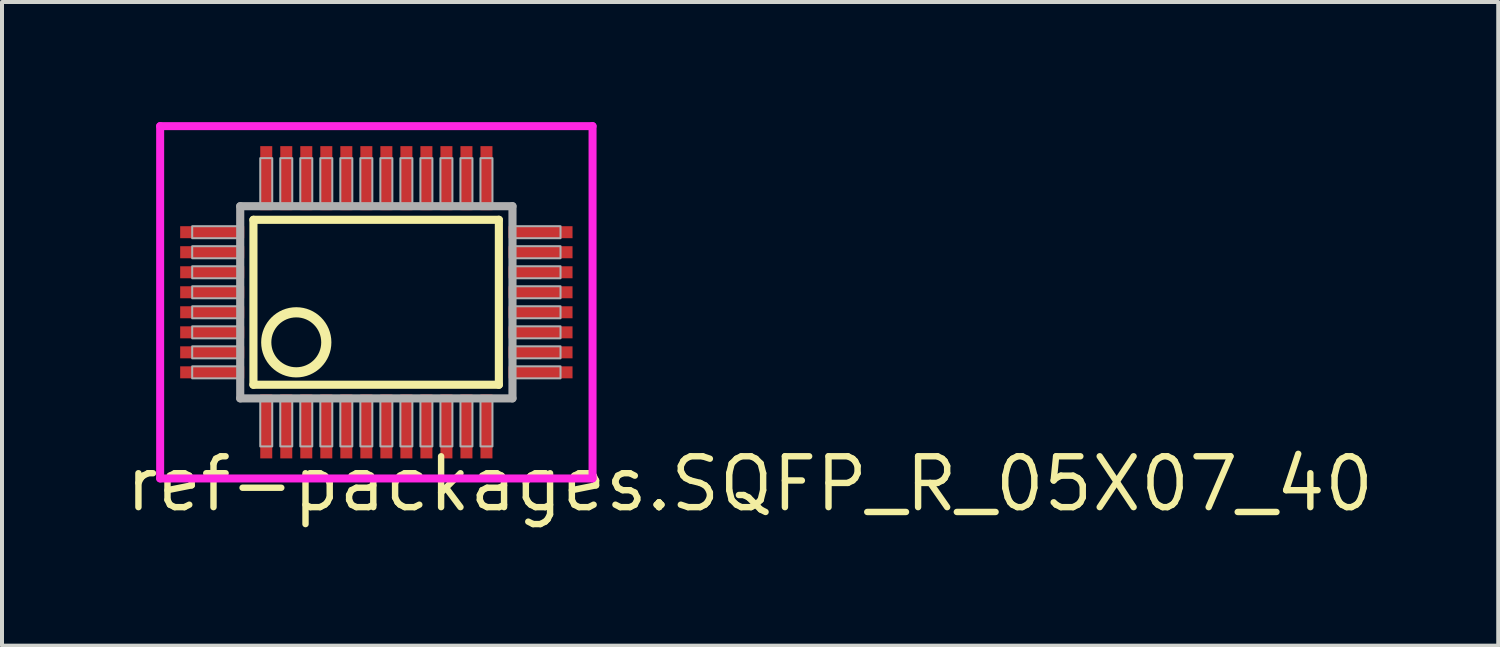
<source format=kicad_pcb>
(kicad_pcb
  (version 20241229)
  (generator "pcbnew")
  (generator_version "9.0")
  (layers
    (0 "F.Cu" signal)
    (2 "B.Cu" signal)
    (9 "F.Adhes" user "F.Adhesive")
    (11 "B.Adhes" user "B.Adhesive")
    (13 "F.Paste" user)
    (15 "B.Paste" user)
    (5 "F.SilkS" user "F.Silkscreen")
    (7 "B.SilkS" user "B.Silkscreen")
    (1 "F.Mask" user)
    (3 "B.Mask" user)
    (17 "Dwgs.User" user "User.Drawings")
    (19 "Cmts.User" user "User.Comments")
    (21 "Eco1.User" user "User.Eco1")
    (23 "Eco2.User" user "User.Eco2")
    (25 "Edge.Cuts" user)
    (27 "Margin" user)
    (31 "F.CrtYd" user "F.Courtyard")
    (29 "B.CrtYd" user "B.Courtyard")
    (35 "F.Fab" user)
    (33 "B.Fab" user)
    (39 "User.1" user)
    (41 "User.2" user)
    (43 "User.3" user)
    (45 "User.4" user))
  (footprint "ref-packages.SQFP_R_05X07_40"
    (layer "F.Cu")
    (at 6.35 4.5)
    (property "Reference" "ref-packages.SQFP_R_05X07_40" (at -6.35 5.28 0) (layer "F.SilkS") (effects (font (size 1.27 1.27) (thickness 0.16)) (justify left bottom)))
    (attr smd)
    (fp_line (start -3.07 -2.06) (end 3.06 -2.06) (stroke (width 0.203) (type default)) (layer "F.SilkS"))
    (fp_line (start -3.07 2.06) (end -3.07 -2.06) (stroke (width 0.203) (type default)) (layer "F.SilkS"))
    (fp_line (start 3.06 -2.06) (end 3.06 2.06) (stroke (width 0.203) (type default)) (layer "F.SilkS"))
    (fp_line (start 3.06 2.06) (end -3.07 2.06) (stroke (width 0.203) (type default)) (layer "F.SilkS"))
    (fp_circle (center -2 1) (end -1.25 1) (stroke (width 0.254) (type default)) (fill no) (layer "F.SilkS"))
    (fp_line (start -5.4 -4.4) (end 5.4 -4.4) (stroke (width 0.2) (type default)) (layer "F.CrtYd"))
    (fp_line (start -5.4 4.4) (end -5.4 -4.4) (stroke (width 0.2) (type default)) (layer "F.CrtYd"))
    (fp_line (start 5.4 -4.4) (end 5.4 4.4) (stroke (width 0.2) (type default)) (layer "F.CrtYd"))
    (fp_line (start 5.4 4.4) (end -5.4 4.4) (stroke (width 0.2) (type default)) (layer "F.CrtYd"))
    (fp_line (start -3.4 -2.4) (end -3.4 2.4) (stroke (width 0.203) (type default)) (layer "F.Fab"))
    (fp_line (start -3.4 2.4) (end 3.4 2.4) (stroke (width 0.203) (type default)) (layer "F.Fab"))
    (fp_line (start 3.4 -2.4) (end -3.4 -2.4) (stroke (width 0.203) (type default)) (layer "F.Fab"))
    (fp_line (start 3.4 2.4) (end 3.4 -2.4) (stroke (width 0.203) (type default)) (layer "F.Fab"))
    (fp_rect (start -4.6 -1.6) (end -3.4 -1.9) (stroke (width 0.05) (type default)) (fill no) (layer "F.Fab"))
    (fp_rect (start -4.6 -1.1) (end -3.4 -1.4) (stroke (width 0.05) (type default)) (fill no) (layer "F.Fab"))
    (fp_rect (start -4.6 -0.6) (end -3.4 -0.9) (stroke (width 0.05) (type default)) (fill no) (layer "F.Fab"))
    (fp_rect (start -4.6 -0.1) (end -3.4 -0.4) (stroke (width 0.05) (type default)) (fill no) (layer "F.Fab"))
    (fp_rect (start -4.6 0.4) (end -3.4 0.1) (stroke (width 0.05) (type default)) (fill no) (layer "F.Fab"))
    (fp_rect (start -4.6 0.9) (end -3.4 0.6) (stroke (width 0.05) (type default)) (fill no) (layer "F.Fab"))
    (fp_rect (start -4.6 1.4) (end -3.4 1.1) (stroke (width 0.05) (type default)) (fill no) (layer "F.Fab"))
    (fp_rect (start -4.6 1.9) (end -3.4 1.6) (stroke (width 0.05) (type default)) (fill no) (layer "F.Fab"))
    (fp_rect (start -2.9 -2.45) (end -2.6 -3.6) (stroke (width 0.05) (type default)) (fill no) (layer "F.Fab"))
    (fp_rect (start -2.9 3.6) (end -2.6 2.45) (stroke (width 0.05) (type default)) (fill no) (layer "F.Fab"))
    (fp_rect (start -2.4 -2.45) (end -2.1 -3.6) (stroke (width 0.05) (type default)) (fill no) (layer "F.Fab"))
    (fp_rect (start -2.4 3.6) (end -2.1 2.45) (stroke (width 0.05) (type default)) (fill no) (layer "F.Fab"))
    (fp_rect (start -1.9 -2.45) (end -1.6 -3.6) (stroke (width 0.05) (type default)) (fill no) (layer "F.Fab"))
    (fp_rect (start -1.9 3.6) (end -1.6 2.45) (stroke (width 0.05) (type default)) (fill no) (layer "F.Fab"))
    (fp_rect (start -1.4 -2.45) (end -1.1 -3.6) (stroke (width 0.05) (type default)) (fill no) (layer "F.Fab"))
    (fp_rect (start -1.4 3.6) (end -1.1 2.45) (stroke (width 0.05) (type default)) (fill no) (layer "F.Fab"))
    (fp_rect (start -0.9 -2.45) (end -0.6 -3.6) (stroke (width 0.05) (type default)) (fill no) (layer "F.Fab"))
    (fp_rect (start -0.9 3.6) (end -0.6 2.45) (stroke (width 0.05) (type default)) (fill no) (layer "F.Fab"))
    (fp_rect (start -0.4 -2.45) (end -0.1 -3.6) (stroke (width 0.05) (type default)) (fill no) (layer "F.Fab"))
    (fp_rect (start -0.4 3.6) (end -0.1 2.45) (stroke (width 0.05) (type default)) (fill no) (layer "F.Fab"))
    (fp_rect (start 0.1 -2.45) (end 0.4 -3.6) (stroke (width 0.05) (type default)) (fill no) (layer "F.Fab"))
    (fp_rect (start 0.1 3.6) (end 0.4 2.45) (stroke (width 0.05) (type default)) (fill no) (layer "F.Fab"))
    (fp_rect (start 0.6 -2.45) (end 0.9 -3.6) (stroke (width 0.05) (type default)) (fill no) (layer "F.Fab"))
    (fp_rect (start 0.6 3.6) (end 0.9 2.45) (stroke (width 0.05) (type default)) (fill no) (layer "F.Fab"))
    (fp_rect (start 1.1 -2.45) (end 1.4 -3.6) (stroke (width 0.05) (type default)) (fill no) (layer "F.Fab"))
    (fp_rect (start 1.1 3.6) (end 1.4 2.45) (stroke (width 0.05) (type default)) (fill no) (layer "F.Fab"))
    (fp_rect (start 1.6 -2.45) (end 1.9 -3.6) (stroke (width 0.05) (type default)) (fill no) (layer "F.Fab"))
    (fp_rect (start 1.6 3.6) (end 1.9 2.45) (stroke (width 0.05) (type default)) (fill no) (layer "F.Fab"))
    (fp_rect (start 2.1 -2.45) (end 2.4 -3.6) (stroke (width 0.05) (type default)) (fill no) (layer "F.Fab"))
    (fp_rect (start 2.1 3.6) (end 2.4 2.45) (stroke (width 0.05) (type default)) (fill no) (layer "F.Fab"))
    (fp_rect (start 2.6 -2.45) (end 2.9 -3.6) (stroke (width 0.05) (type default)) (fill no) (layer "F.Fab"))
    (fp_rect (start 2.6 3.6) (end 2.9 2.45) (stroke (width 0.05) (type default)) (fill no) (layer "F.Fab"))
    (fp_rect (start 3.4 -1.6) (end 4.6 -1.9) (stroke (width 0.05) (type default)) (fill no) (layer "F.Fab"))
    (fp_rect (start 3.4 -1.1) (end 4.6 -1.4) (stroke (width 0.05) (type default)) (fill no) (layer "F.Fab"))
    (fp_rect (start 3.4 -0.6) (end 4.6 -0.9) (stroke (width 0.05) (type default)) (fill no) (layer "F.Fab"))
    (fp_rect (start 3.4 -0.1) (end 4.6 -0.4) (stroke (width 0.05) (type default)) (fill no) (layer "F.Fab"))
    (fp_rect (start 3.4 0.4) (end 4.6 0.1) (stroke (width 0.05) (type default)) (fill no) (layer "F.Fab"))
    (fp_rect (start 3.4 0.9) (end 4.6 0.6) (stroke (width 0.05) (type default)) (fill no) (layer "F.Fab"))
    (fp_rect (start 3.4 1.4) (end 4.6 1.1) (stroke (width 0.05) (type default)) (fill no) (layer "F.Fab"))
    (fp_rect (start 3.4 1.9) (end 4.6 1.6) (stroke (width 0.05) (type default)) (fill no) (layer "F.Fab"))
    (pad "1" smd roundrect (at -2.75 3.1) (size 0.3 1.6) (layers "F.Cu" "F.Mask" "F.Paste") (roundrect_rratio 0.01))
    (pad "2" smd roundrect (at -2.25 3.1) (size 0.3 1.6) (layers "F.Cu" "F.Mask" "F.Paste") (roundrect_rratio 0.01))
    (pad "3" smd roundrect (at -1.75 3.1) (size 0.3 1.6) (layers "F.Cu" "F.Mask" "F.Paste") (roundrect_rratio 0.01))
    (pad "4" smd roundrect (at -1.25 3.1) (size 0.3 1.6) (layers "F.Cu" "F.Mask" "F.Paste") (roundrect_rratio 0.01))
    (pad "5" smd roundrect (at -0.75 3.1) (size 0.3 1.6) (layers "F.Cu" "F.Mask" "F.Paste") (roundrect_rratio 0.01))
    (pad "6" smd roundrect (at -0.25 3.1) (size 0.3 1.6) (layers "F.Cu" "F.Mask" "F.Paste") (roundrect_rratio 0.01))
    (pad "7" smd roundrect (at 0.25 3.1) (size 0.3 1.6) (layers "F.Cu" "F.Mask" "F.Paste") (roundrect_rratio 0.01))
    (pad "8" smd roundrect (at 0.75 3.1) (size 0.3 1.6) (layers "F.Cu" "F.Mask" "F.Paste") (roundrect_rratio 0.01))
    (pad "9" smd roundrect (at 1.25 3.1) (size 0.3 1.6) (layers "F.Cu" "F.Mask" "F.Paste") (roundrect_rratio 0.01))
    (pad "10" smd roundrect (at 1.75 3.1) (size 0.3 1.6) (layers "F.Cu" "F.Mask" "F.Paste") (roundrect_rratio 0.01))
    (pad "11" smd roundrect (at 2.25 3.1) (size 0.3 1.6) (layers "F.Cu" "F.Mask" "F.Paste") (roundrect_rratio 0.01))
    (pad "12" smd roundrect (at 2.75 3.1) (size 0.3 1.6) (layers "F.Cu" "F.Mask" "F.Paste") (roundrect_rratio 0.01))
    (pad "13" smd roundrect (at 4.1 1.75) (size 1.6 0.3) (layers "F.Cu" "F.Mask" "F.Paste") (roundrect_rratio 0.01))
    (pad "14" smd roundrect (at 4.1 1.25) (size 1.6 0.3) (layers "F.Cu" "F.Mask" "F.Paste") (roundrect_rratio 0.01))
    (pad "15" smd roundrect (at 4.1 0.75) (size 1.6 0.3) (layers "F.Cu" "F.Mask" "F.Paste") (roundrect_rratio 0.01))
    (pad "16" smd roundrect (at 4.1 0.25) (size 1.6 0.3) (layers "F.Cu" "F.Mask" "F.Paste") (roundrect_rratio 0.01))
    (pad "17" smd roundrect (at 4.1 -0.25) (size 1.6 0.3) (layers "F.Cu" "F.Mask" "F.Paste") (roundrect_rratio 0.01))
    (pad "18" smd roundrect (at 4.1 -0.75) (size 1.6 0.3) (layers "F.Cu" "F.Mask" "F.Paste") (roundrect_rratio 0.01))
    (pad "19" smd roundrect (at 4.1 -1.25) (size 1.6 0.3) (layers "F.Cu" "F.Mask" "F.Paste") (roundrect_rratio 0.01))
    (pad "20" smd roundrect (at 4.1 -1.75) (size 1.6 0.3) (layers "F.Cu" "F.Mask" "F.Paste") (roundrect_rratio 0.01))
    (pad "21" smd roundrect (at 2.75 -3.1) (size 0.3 1.6) (layers "F.Cu" "F.Mask" "F.Paste") (roundrect_rratio 0.01))
    (pad "22" smd roundrect (at 2.25 -3.1) (size 0.3 1.6) (layers "F.Cu" "F.Mask" "F.Paste") (roundrect_rratio 0.01))
    (pad "23" smd roundrect (at 1.75 -3.1) (size 0.3 1.6) (layers "F.Cu" "F.Mask" "F.Paste") (roundrect_rratio 0.01))
    (pad "24" smd roundrect (at 1.25 -3.1) (size 0.3 1.6) (layers "F.Cu" "F.Mask" "F.Paste") (roundrect_rratio 0.01))
    (pad "25" smd roundrect (at 0.75 -3.1) (size 0.3 1.6) (layers "F.Cu" "F.Mask" "F.Paste") (roundrect_rratio 0.01))
    (pad "26" smd roundrect (at 0.25 -3.1) (size 0.3 1.6) (layers "F.Cu" "F.Mask" "F.Paste") (roundrect_rratio 0.01))
    (pad "27" smd roundrect (at -0.25 -3.1) (size 0.3 1.6) (layers "F.Cu" "F.Mask" "F.Paste") (roundrect_rratio 0.01))
    (pad "28" smd roundrect (at -0.75 -3.1) (size 0.3 1.6) (layers "F.Cu" "F.Mask" "F.Paste") (roundrect_rratio 0.01))
    (pad "29" smd roundrect (at -1.25 -3.1) (size 0.3 1.6) (layers "F.Cu" "F.Mask" "F.Paste") (roundrect_rratio 0.01))
    (pad "30" smd roundrect (at -1.75 -3.1) (size 0.3 1.6) (layers "F.Cu" "F.Mask" "F.Paste") (roundrect_rratio 0.01))
    (pad "31" smd roundrect (at -2.25 -3.1) (size 0.3 1.6) (layers "F.Cu" "F.Mask" "F.Paste") (roundrect_rratio 0.01))
    (pad "32" smd roundrect (at -2.75 -3.1) (size 0.3 1.6) (layers "F.Cu" "F.Mask" "F.Paste") (roundrect_rratio 0.01))
    (pad "33" smd roundrect (at -4.1 -1.75) (size 1.6 0.3) (layers "F.Cu" "F.Mask" "F.Paste") (roundrect_rratio 0.01))
    (pad "34" smd roundrect (at -4.1 -1.25) (size 1.6 0.3) (layers "F.Cu" "F.Mask" "F.Paste") (roundrect_rratio 0.01))
    (pad "35" smd roundrect (at -4.1 -0.75) (size 1.6 0.3) (layers "F.Cu" "F.Mask" "F.Paste") (roundrect_rratio 0.01))
    (pad "36" smd roundrect (at -4.1 -0.25) (size 1.6 0.3) (layers "F.Cu" "F.Mask" "F.Paste") (roundrect_rratio 0.01))
    (pad "37" smd roundrect (at -4.1 0.25) (size 1.6 0.3) (layers "F.Cu" "F.Mask" "F.Paste") (roundrect_rratio 0.01))
    (pad "38" smd roundrect (at -4.1 0.75) (size 1.6 0.3) (layers "F.Cu" "F.Mask" "F.Paste") (roundrect_rratio 0.01))
    (pad "39" smd roundrect (at -4.1 1.25) (size 1.6 0.3) (layers "F.Cu" "F.Mask" "F.Paste") (roundrect_rratio 0.01))
    (pad "40" smd roundrect (at -4.1 1.75) (size 1.6 0.3) (layers "F.Cu" "F.Mask" "F.Paste") (roundrect_rratio 0.01)))
  (gr_rect
    (start -3 -3)
    (end 34.371 13.077)
    (stroke (width 0.1) (type default))
    (fill no)
    (layer "Edge.Cuts")))
</source>
